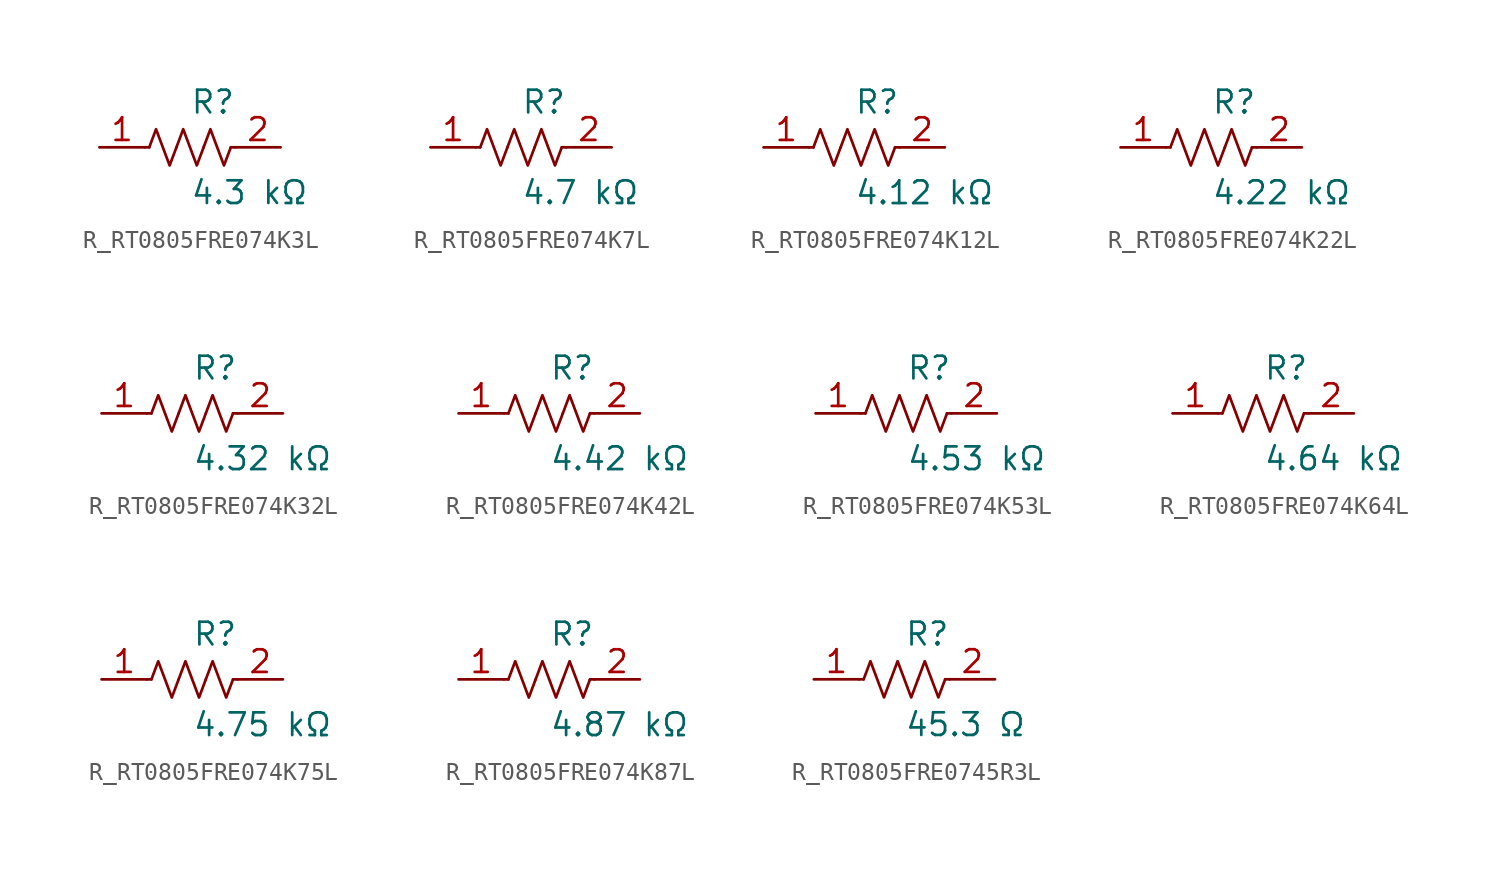
<source format=kicad_sym>
(kicad_symbol_lib
  (version 20231120)
  (generator kicad_symbol_editor)
  (generator_version 8.0)
  (symbol "R_RT0805FRE074K3L"
    (pin_names
      (offset 0.254))
    (property "Reference" "R"
      (at 0.0 2.54 0)
      (effects (font (size 1.27 1.27)) (justify left)))
    (property "Value" "4.3 kΩ"
      (at 0.0 -2.54 0)
      (effects (font (size 1.27 1.27)) (justify left)))
    (symbol "R_RT0805FRE074K3L_0_1"
      (polyline (pts (xy 2.286 0) (xy 2.54 0)) (stroke (width 0) (type default)) (fill (type none)))
      (polyline (pts (xy -2.286 0) (xy -2.54 0)) (stroke (width 0) (type default)) (fill (type none)))
      (polyline (pts (xy 0.762 0) (xy 1.143 1.016) (xy 1.524 0) (xy 1.905 -1.016) (xy 2.286 0)) (stroke (width 0) (type default)) (fill (type none)))
      (polyline (pts (xy -0.762 0) (xy -0.381 1.016) (xy 0 0) (xy 0.381 -1.016) (xy 0.762 0)) (stroke (width 0) (type default)) (fill (type none)))
      (polyline (pts (xy -2.286 0) (xy -1.905 1.016) (xy -1.524 0) (xy -1.143 -1.016) (xy -0.762 0)) (stroke (width 0) (type default)) (fill (type none))))
    (pin unspecified line
      (at -5.08 0 0)
      (length 2.54)
      (name "" (effects (font (size 1.27 1.27))))
      (number "1" (effects (font (size 1.27 1.27)))))
    (pin unspecified line
      (at 5.08 0 180)
      (length 2.54)
      (name "" (effects (font (size 1.27 1.27))))
      (number "2" (effects (font (size 1.27 1.27))))))
  (symbol "R_RT0805FRE074K7L"
    (pin_names
      (offset 0.254))
    (property "Reference" "R"
      (at 0.0 2.54 0)
      (effects (font (size 1.27 1.27)) (justify left)))
    (property "Value" "4.7 kΩ"
      (at 0.0 -2.54 0)
      (effects (font (size 1.27 1.27)) (justify left)))
    (symbol "R_RT0805FRE074K7L_0_1"
      (polyline (pts (xy 2.286 0) (xy 2.54 0)) (stroke (width 0) (type default)) (fill (type none)))
      (polyline (pts (xy -2.286 0) (xy -2.54 0)) (stroke (width 0) (type default)) (fill (type none)))
      (polyline (pts (xy 0.762 0) (xy 1.143 1.016) (xy 1.524 0) (xy 1.905 -1.016) (xy 2.286 0)) (stroke (width 0) (type default)) (fill (type none)))
      (polyline (pts (xy -0.762 0) (xy -0.381 1.016) (xy 0 0) (xy 0.381 -1.016) (xy 0.762 0)) (stroke (width 0) (type default)) (fill (type none)))
      (polyline (pts (xy -2.286 0) (xy -1.905 1.016) (xy -1.524 0) (xy -1.143 -1.016) (xy -0.762 0)) (stroke (width 0) (type default)) (fill (type none))))
    (pin unspecified line
      (at -5.08 0 0)
      (length 2.54)
      (name "" (effects (font (size 1.27 1.27))))
      (number "1" (effects (font (size 1.27 1.27)))))
    (pin unspecified line
      (at 5.08 0 180)
      (length 2.54)
      (name "" (effects (font (size 1.27 1.27))))
      (number "2" (effects (font (size 1.27 1.27))))))
  (symbol "R_RT0805FRE074K12L"
    (pin_names
      (offset 0.254))
    (property "Reference" "R"
      (at 0.0 2.54 0)
      (effects (font (size 1.27 1.27)) (justify left)))
    (property "Value" "4.12 kΩ"
      (at 0.0 -2.54 0)
      (effects (font (size 1.27 1.27)) (justify left)))
    (symbol "R_RT0805FRE074K12L_0_1"
      (polyline (pts (xy 2.286 0) (xy 2.54 0)) (stroke (width 0) (type default)) (fill (type none)))
      (polyline (pts (xy -2.286 0) (xy -2.54 0)) (stroke (width 0) (type default)) (fill (type none)))
      (polyline (pts (xy 0.762 0) (xy 1.143 1.016) (xy 1.524 0) (xy 1.905 -1.016) (xy 2.286 0)) (stroke (width 0) (type default)) (fill (type none)))
      (polyline (pts (xy -0.762 0) (xy -0.381 1.016) (xy 0 0) (xy 0.381 -1.016) (xy 0.762 0)) (stroke (width 0) (type default)) (fill (type none)))
      (polyline (pts (xy -2.286 0) (xy -1.905 1.016) (xy -1.524 0) (xy -1.143 -1.016) (xy -0.762 0)) (stroke (width 0) (type default)) (fill (type none))))
    (pin unspecified line
      (at -5.08 0 0)
      (length 2.54)
      (name "" (effects (font (size 1.27 1.27))))
      (number "1" (effects (font (size 1.27 1.27)))))
    (pin unspecified line
      (at 5.08 0 180)
      (length 2.54)
      (name "" (effects (font (size 1.27 1.27))))
      (number "2" (effects (font (size 1.27 1.27))))))
  (symbol "R_RT0805FRE074K22L"
    (pin_names
      (offset 0.254))
    (property "Reference" "R"
      (at 0.0 2.54 0)
      (effects (font (size 1.27 1.27)) (justify left)))
    (property "Value" "4.22 kΩ"
      (at 0.0 -2.54 0)
      (effects (font (size 1.27 1.27)) (justify left)))
    (symbol "R_RT0805FRE074K22L_0_1"
      (polyline (pts (xy 2.286 0) (xy 2.54 0)) (stroke (width 0) (type default)) (fill (type none)))
      (polyline (pts (xy -2.286 0) (xy -2.54 0)) (stroke (width 0) (type default)) (fill (type none)))
      (polyline (pts (xy 0.762 0) (xy 1.143 1.016) (xy 1.524 0) (xy 1.905 -1.016) (xy 2.286 0)) (stroke (width 0) (type default)) (fill (type none)))
      (polyline (pts (xy -0.762 0) (xy -0.381 1.016) (xy 0 0) (xy 0.381 -1.016) (xy 0.762 0)) (stroke (width 0) (type default)) (fill (type none)))
      (polyline (pts (xy -2.286 0) (xy -1.905 1.016) (xy -1.524 0) (xy -1.143 -1.016) (xy -0.762 0)) (stroke (width 0) (type default)) (fill (type none))))
    (pin unspecified line
      (at -5.08 0 0)
      (length 2.54)
      (name "" (effects (font (size 1.27 1.27))))
      (number "1" (effects (font (size 1.27 1.27)))))
    (pin unspecified line
      (at 5.08 0 180)
      (length 2.54)
      (name "" (effects (font (size 1.27 1.27))))
      (number "2" (effects (font (size 1.27 1.27))))))
  (symbol "R_RT0805FRE074K32L"
    (pin_names
      (offset 0.254))
    (property "Reference" "R"
      (at 0.0 2.54 0)
      (effects (font (size 1.27 1.27)) (justify left)))
    (property "Value" "4.32 kΩ"
      (at 0.0 -2.54 0)
      (effects (font (size 1.27 1.27)) (justify left)))
    (symbol "R_RT0805FRE074K32L_0_1"
      (polyline (pts (xy 2.286 0) (xy 2.54 0)) (stroke (width 0) (type default)) (fill (type none)))
      (polyline (pts (xy -2.286 0) (xy -2.54 0)) (stroke (width 0) (type default)) (fill (type none)))
      (polyline (pts (xy 0.762 0) (xy 1.143 1.016) (xy 1.524 0) (xy 1.905 -1.016) (xy 2.286 0)) (stroke (width 0) (type default)) (fill (type none)))
      (polyline (pts (xy -0.762 0) (xy -0.381 1.016) (xy 0 0) (xy 0.381 -1.016) (xy 0.762 0)) (stroke (width 0) (type default)) (fill (type none)))
      (polyline (pts (xy -2.286 0) (xy -1.905 1.016) (xy -1.524 0) (xy -1.143 -1.016) (xy -0.762 0)) (stroke (width 0) (type default)) (fill (type none))))
    (pin unspecified line
      (at -5.08 0 0)
      (length 2.54)
      (name "" (effects (font (size 1.27 1.27))))
      (number "1" (effects (font (size 1.27 1.27)))))
    (pin unspecified line
      (at 5.08 0 180)
      (length 2.54)
      (name "" (effects (font (size 1.27 1.27))))
      (number "2" (effects (font (size 1.27 1.27))))))
  (symbol "R_RT0805FRE074K42L"
    (pin_names
      (offset 0.254))
    (property "Reference" "R"
      (at 0.0 2.54 0)
      (effects (font (size 1.27 1.27)) (justify left)))
    (property "Value" "4.42 kΩ"
      (at 0.0 -2.54 0)
      (effects (font (size 1.27 1.27)) (justify left)))
    (symbol "R_RT0805FRE074K42L_0_1"
      (polyline (pts (xy 2.286 0) (xy 2.54 0)) (stroke (width 0) (type default)) (fill (type none)))
      (polyline (pts (xy -2.286 0) (xy -2.54 0)) (stroke (width 0) (type default)) (fill (type none)))
      (polyline (pts (xy 0.762 0) (xy 1.143 1.016) (xy 1.524 0) (xy 1.905 -1.016) (xy 2.286 0)) (stroke (width 0) (type default)) (fill (type none)))
      (polyline (pts (xy -0.762 0) (xy -0.381 1.016) (xy 0 0) (xy 0.381 -1.016) (xy 0.762 0)) (stroke (width 0) (type default)) (fill (type none)))
      (polyline (pts (xy -2.286 0) (xy -1.905 1.016) (xy -1.524 0) (xy -1.143 -1.016) (xy -0.762 0)) (stroke (width 0) (type default)) (fill (type none))))
    (pin unspecified line
      (at -5.08 0 0)
      (length 2.54)
      (name "" (effects (font (size 1.27 1.27))))
      (number "1" (effects (font (size 1.27 1.27)))))
    (pin unspecified line
      (at 5.08 0 180)
      (length 2.54)
      (name "" (effects (font (size 1.27 1.27))))
      (number "2" (effects (font (size 1.27 1.27))))))
  (symbol "R_RT0805FRE074K53L"
    (pin_names
      (offset 0.254))
    (property "Reference" "R"
      (at 0.0 2.54 0)
      (effects (font (size 1.27 1.27)) (justify left)))
    (property "Value" "4.53 kΩ"
      (at 0.0 -2.54 0)
      (effects (font (size 1.27 1.27)) (justify left)))
    (symbol "R_RT0805FRE074K53L_0_1"
      (polyline (pts (xy 2.286 0) (xy 2.54 0)) (stroke (width 0) (type default)) (fill (type none)))
      (polyline (pts (xy -2.286 0) (xy -2.54 0)) (stroke (width 0) (type default)) (fill (type none)))
      (polyline (pts (xy 0.762 0) (xy 1.143 1.016) (xy 1.524 0) (xy 1.905 -1.016) (xy 2.286 0)) (stroke (width 0) (type default)) (fill (type none)))
      (polyline (pts (xy -0.762 0) (xy -0.381 1.016) (xy 0 0) (xy 0.381 -1.016) (xy 0.762 0)) (stroke (width 0) (type default)) (fill (type none)))
      (polyline (pts (xy -2.286 0) (xy -1.905 1.016) (xy -1.524 0) (xy -1.143 -1.016) (xy -0.762 0)) (stroke (width 0) (type default)) (fill (type none))))
    (pin unspecified line
      (at -5.08 0 0)
      (length 2.54)
      (name "" (effects (font (size 1.27 1.27))))
      (number "1" (effects (font (size 1.27 1.27)))))
    (pin unspecified line
      (at 5.08 0 180)
      (length 2.54)
      (name "" (effects (font (size 1.27 1.27))))
      (number "2" (effects (font (size 1.27 1.27))))))
  (symbol "R_RT0805FRE074K64L"
    (pin_names
      (offset 0.254))
    (property "Reference" "R"
      (at 0.0 2.54 0)
      (effects (font (size 1.27 1.27)) (justify left)))
    (property "Value" "4.64 kΩ"
      (at 0.0 -2.54 0)
      (effects (font (size 1.27 1.27)) (justify left)))
    (symbol "R_RT0805FRE074K64L_0_1"
      (polyline (pts (xy 2.286 0) (xy 2.54 0)) (stroke (width 0) (type default)) (fill (type none)))
      (polyline (pts (xy -2.286 0) (xy -2.54 0)) (stroke (width 0) (type default)) (fill (type none)))
      (polyline (pts (xy 0.762 0) (xy 1.143 1.016) (xy 1.524 0) (xy 1.905 -1.016) (xy 2.286 0)) (stroke (width 0) (type default)) (fill (type none)))
      (polyline (pts (xy -0.762 0) (xy -0.381 1.016) (xy 0 0) (xy 0.381 -1.016) (xy 0.762 0)) (stroke (width 0) (type default)) (fill (type none)))
      (polyline (pts (xy -2.286 0) (xy -1.905 1.016) (xy -1.524 0) (xy -1.143 -1.016) (xy -0.762 0)) (stroke (width 0) (type default)) (fill (type none))))
    (pin unspecified line
      (at -5.08 0 0)
      (length 2.54)
      (name "" (effects (font (size 1.27 1.27))))
      (number "1" (effects (font (size 1.27 1.27)))))
    (pin unspecified line
      (at 5.08 0 180)
      (length 2.54)
      (name "" (effects (font (size 1.27 1.27))))
      (number "2" (effects (font (size 1.27 1.27))))))
  (symbol "R_RT0805FRE074K75L"
    (pin_names
      (offset 0.254))
    (property "Reference" "R"
      (at 0.0 2.54 0)
      (effects (font (size 1.27 1.27)) (justify left)))
    (property "Value" "4.75 kΩ"
      (at 0.0 -2.54 0)
      (effects (font (size 1.27 1.27)) (justify left)))
    (symbol "R_RT0805FRE074K75L_0_1"
      (polyline (pts (xy 2.286 0) (xy 2.54 0)) (stroke (width 0) (type default)) (fill (type none)))
      (polyline (pts (xy -2.286 0) (xy -2.54 0)) (stroke (width 0) (type default)) (fill (type none)))
      (polyline (pts (xy 0.762 0) (xy 1.143 1.016) (xy 1.524 0) (xy 1.905 -1.016) (xy 2.286 0)) (stroke (width 0) (type default)) (fill (type none)))
      (polyline (pts (xy -0.762 0) (xy -0.381 1.016) (xy 0 0) (xy 0.381 -1.016) (xy 0.762 0)) (stroke (width 0) (type default)) (fill (type none)))
      (polyline (pts (xy -2.286 0) (xy -1.905 1.016) (xy -1.524 0) (xy -1.143 -1.016) (xy -0.762 0)) (stroke (width 0) (type default)) (fill (type none))))
    (pin unspecified line
      (at -5.08 0 0)
      (length 2.54)
      (name "" (effects (font (size 1.27 1.27))))
      (number "1" (effects (font (size 1.27 1.27)))))
    (pin unspecified line
      (at 5.08 0 180)
      (length 2.54)
      (name "" (effects (font (size 1.27 1.27))))
      (number "2" (effects (font (size 1.27 1.27))))))
  (symbol "R_RT0805FRE074K87L"
    (pin_names
      (offset 0.254))
    (property "Reference" "R"
      (at 0.0 2.54 0)
      (effects (font (size 1.27 1.27)) (justify left)))
    (property "Value" "4.87 kΩ"
      (at 0.0 -2.54 0)
      (effects (font (size 1.27 1.27)) (justify left)))
    (symbol "R_RT0805FRE074K87L_0_1"
      (polyline (pts (xy 2.286 0) (xy 2.54 0)) (stroke (width 0) (type default)) (fill (type none)))
      (polyline (pts (xy -2.286 0) (xy -2.54 0)) (stroke (width 0) (type default)) (fill (type none)))
      (polyline (pts (xy 0.762 0) (xy 1.143 1.016) (xy 1.524 0) (xy 1.905 -1.016) (xy 2.286 0)) (stroke (width 0) (type default)) (fill (type none)))
      (polyline (pts (xy -0.762 0) (xy -0.381 1.016) (xy 0 0) (xy 0.381 -1.016) (xy 0.762 0)) (stroke (width 0) (type default)) (fill (type none)))
      (polyline (pts (xy -2.286 0) (xy -1.905 1.016) (xy -1.524 0) (xy -1.143 -1.016) (xy -0.762 0)) (stroke (width 0) (type default)) (fill (type none))))
    (pin unspecified line
      (at -5.08 0 0)
      (length 2.54)
      (name "" (effects (font (size 1.27 1.27))))
      (number "1" (effects (font (size 1.27 1.27)))))
    (pin unspecified line
      (at 5.08 0 180)
      (length 2.54)
      (name "" (effects (font (size 1.27 1.27))))
      (number "2" (effects (font (size 1.27 1.27))))))
  (symbol "R_RT0805FRE0745R3L"
    (pin_names
      (offset 0.254))
    (property "Reference" "R"
      (at 0.0 2.54 0)
      (effects (font (size 1.27 1.27)) (justify left)))
    (property "Value" "45.3 Ω"
      (at 0.0 -2.54 0)
      (effects (font (size 1.27 1.27)) (justify left)))
    (symbol "R_RT0805FRE0745R3L_0_1"
      (polyline (pts (xy 2.286 0) (xy 2.54 0)) (stroke (width 0) (type default)) (fill (type none)))
      (polyline (pts (xy -2.286 0) (xy -2.54 0)) (stroke (width 0) (type default)) (fill (type none)))
      (polyline (pts (xy 0.762 0) (xy 1.143 1.016) (xy 1.524 0) (xy 1.905 -1.016) (xy 2.286 0)) (stroke (width 0) (type default)) (fill (type none)))
      (polyline (pts (xy -0.762 0) (xy -0.381 1.016) (xy 0 0) (xy 0.381 -1.016) (xy 0.762 0)) (stroke (width 0) (type default)) (fill (type none)))
      (polyline (pts (xy -2.286 0) (xy -1.905 1.016) (xy -1.524 0) (xy -1.143 -1.016) (xy -0.762 0)) (stroke (width 0) (type default)) (fill (type none))))
    (pin unspecified line
      (at -5.08 0 0)
      (length 2.54)
      (name "" (effects (font (size 1.27 1.27))))
      (number "1" (effects (font (size 1.27 1.27)))))
    (pin unspecified line
      (at 5.08 0 180)
      (length 2.54)
      (name "" (effects (font (size 1.27 1.27))))
      (number "2" (effects (font (size 1.27 1.27)))))))
</source>
